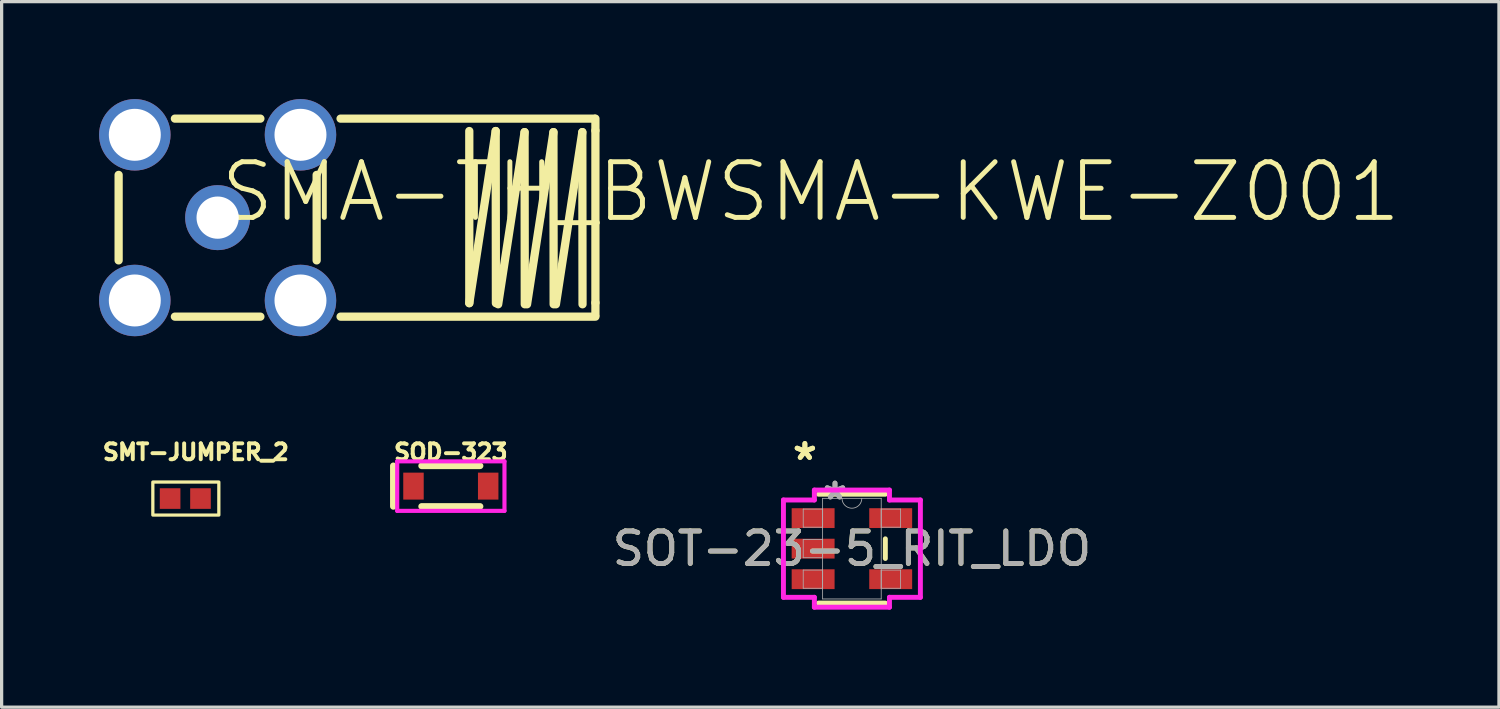
<source format=kicad_pcb>
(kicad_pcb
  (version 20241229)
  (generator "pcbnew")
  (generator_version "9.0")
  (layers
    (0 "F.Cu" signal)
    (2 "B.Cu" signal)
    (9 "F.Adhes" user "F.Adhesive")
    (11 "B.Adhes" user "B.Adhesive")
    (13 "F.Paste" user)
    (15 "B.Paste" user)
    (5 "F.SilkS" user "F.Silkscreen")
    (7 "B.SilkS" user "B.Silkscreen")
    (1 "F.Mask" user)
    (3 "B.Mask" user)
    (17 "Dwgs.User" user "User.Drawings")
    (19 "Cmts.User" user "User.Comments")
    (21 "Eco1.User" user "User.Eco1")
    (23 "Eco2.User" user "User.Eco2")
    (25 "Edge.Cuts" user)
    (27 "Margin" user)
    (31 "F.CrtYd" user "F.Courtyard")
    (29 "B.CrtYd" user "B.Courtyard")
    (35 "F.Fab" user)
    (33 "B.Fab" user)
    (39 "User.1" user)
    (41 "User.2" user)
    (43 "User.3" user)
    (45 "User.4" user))
  (footprint "SMT-JUMPER_2"
    (layer "F.Cu")
    (at 2.657 12.298)
    (property "Reference" "SMT-JUMPER_2" (at 0.322 -1.145 0) (unlocked yes) (layer "F.SilkS") (effects (font (size 0.488 0.488) (thickness 0.122)) (justify bottom)))
    (fp_poly (pts (xy -0.153 -0.419) (xy 0.147 -0.419) (xy 0.147 0.419) (xy -0.153 0.419)) (stroke (width 0) (type default)) (fill yes) (layer "F.Mask"))
    (fp_rect (start -1.002 -0.508) (end 1.03 0.508) (stroke (width 0.1) (type default)) (fill no) (layer "F.SilkS"))
    (pad "1" smd rect (at -0.47 0) (size 0.635 0.635) (layers "F.Cu" "F.Mask"))
    (pad "2" smd rect (at 0.465 0) (size 0.635 0.635) (layers "F.Cu" "F.Mask")))
  (footprint "SMA-TH_BWSMA-KWE-Z001"
    (layer "F.Cu")
    (at 3.65 3.65)
    (property "Reference" "SMA-TH_BWSMA-KWE-Z001" (at 0 0.21 0) (unlocked yes) (layer "F.SilkS") (effects (font (size 1.714 1.714) (thickness 0.152)) (justify left bottom)))
    (fp_line (start -3.048 1.316) (end -3.048 -1.316) (stroke (width 0.254) (type solid)) (layer "F.SilkS"))
    (fp_line (start -1.316 -3.048) (end 1.316 -3.048) (stroke (width 0.254) (type solid)) (layer "F.SilkS"))
    (fp_line (start -1.316 3.048) (end 1.316 3.048) (stroke (width 0.254) (type solid)) (layer "F.SilkS"))
    (fp_line (start 3.048 1.316) (end 3.048 -1.316) (stroke (width 0.254) (type solid)) (layer "F.SilkS"))
    (fp_line (start 3.784 -3.048) (end 11.6 -3.048) (stroke (width 0.254) (type solid)) (layer "F.SilkS"))
    (fp_line (start 3.784 3.048) (end 11.63 3.048) (stroke (width 0.254) (type solid)) (layer "F.SilkS"))
    (fp_line (start 7.747 2.633) (end 7.747 -2.667) (stroke (width 0.254) (type solid)) (layer "F.SilkS"))
    (fp_line (start 7.747 2.633) (end 8.56 -2.667) (stroke (width 0.254) (type solid)) (layer "F.SilkS"))
    (fp_line (start 8.56 -2.667) (end 8.566 2.633) (stroke (width 0.254) (type solid)) (layer "F.SilkS"))
    (fp_line (start 8.636 2.667) (end 9.449 -2.633) (stroke (width 0.254) (type solid)) (layer "F.SilkS"))
    (fp_line (start 9.449 -2.633) (end 9.455 2.667) (stroke (width 0.254) (type solid)) (layer "F.SilkS"))
    (fp_line (start 9.525 2.667) (end 10.338 -2.633) (stroke (width 0.254) (type solid)) (layer "F.SilkS"))
    (fp_line (start 10.338 -2.633) (end 10.344 2.667) (stroke (width 0.254) (type solid)) (layer "F.SilkS"))
    (fp_line (start 10.414 2.667) (end 11.227 -2.633) (stroke (width 0.254) (type solid)) (layer "F.SilkS"))
    (fp_line (start 11.227 -2.633) (end 11.233 2.667) (stroke (width 0.254) (type solid)) (layer "F.SilkS"))
    (fp_line (start 11.63 -2.68) (end 11.63 -3.048) (stroke (width 0.254) (type solid)) (layer "F.SilkS"))
    (fp_line (start 11.63 2.62) (end 11.63 -2.68) (stroke (width 0.254) (type solid)) (layer "F.SilkS"))
    (fp_line (start 11.63 3) (end 11.63 2.62) (stroke (width 0.254) (type solid)) (layer "F.SilkS"))
    (fp_line (start -2.941 2.538) (end -2.932 -2.996) (stroke (width 0.051) (type solid)) (layer "Eco1.User"))
    (fp_line (start -2.941 3.017) (end -2.941 2.538) (stroke (width 0.051) (type solid)) (layer "Eco1.User"))
    (fp_line (start -2.941 3.017) (end 11.591 3.017) (stroke (width 0.051) (type solid)) (layer "Eco1.User"))
    (fp_line (start -2.932 -2.996) (end 11.591 -2.996) (stroke (width 0.051) (type solid)) (layer "Eco1.User"))
    (fp_line (start 11.591 3.017) (end 11.591 -2.996) (stroke (width 0.051) (type solid)) (layer "Eco1.User"))
    (fp_poly (pts (xy -3 -3) (xy -2.1 -3) (xy -2.1 -2.1) (xy -3 -2.1)) (stroke (width 0.1) (type default)) (fill no) (layer "Eco1.User"))
    (fp_poly (pts (xy -3 2.1) (xy -2.1 2.1) (xy -2.1 3) (xy -3 3)) (stroke (width 0.1) (type default)) (fill no) (layer "Eco1.User"))
    (fp_poly (pts (xy 2.1 -3) (xy 3 -3) (xy 3 -2.1) (xy 2.1 -2.1)) (stroke (width 0.1) (type default)) (fill no) (layer "Eco1.User"))
    (fp_poly (pts (xy 2.1 2.1) (xy 3 2.1) (xy 3 3) (xy 2.1 3)) (stroke (width 0.1) (type default)) (fill no) (layer "Eco1.User"))
    (fp_poly (pts (arc (start -2.940023 3.016806) (mid -3.00001 2.95804) (end -3.059997 3.016805)) (arc (start -3.059997 3.016804) (mid -3.00001 3.07557) (end -2.940023 3.016805)) (xy -2.94 3.017)) (stroke (width 0.1) (type default)) (fill no) (layer "Eco1.User"))
    (fp_poly (pts (arc (start 0.449921 -0.000133) (mid -0.000072 -0.44608) (end -0.45014 -0.000208)) (arc (start -0.450141 -0.000207) (mid -0.000148 0.44574) (end 0.44992 -0.000132)) (xy 0.45 -0.00013)) (stroke (width 0.1) (type default)) (fill no) (layer "Eco1.User"))
    (fp_poly (pts (xy 3.8 -2.5) (xy 11.5 -2.5) (xy 11.5 -2.3) (xy 3.8 -2.3)) (stroke (width 0.1) (type default)) (fill no) (layer "User.6"))
    (fp_poly (pts (xy 3.8 2.5) (xy 11.5 2.5) (xy 11.5 2.3) (xy 3.8 2.3)) (stroke (width 0.1) (type default)) (fill no) (layer "User.6"))
    (fp_poly (pts (xy 11.5 -2.3) (xy 11.5 2.3) (xy 11.3 2.3) (xy 11.3 -2.3)) (stroke (width 0.1) (type default)) (fill no) (layer "User.6"))
    (pad "1" thru_hole circle (at -2.55 2.55) (size 2.2 2.2) (drill 1.6 (offset 0.00008 0.00018)) (layers "*.Cu" "*.Mask"))
    (pad "2" thru_hole circle (at -2.55 -2.55) (size 2.2 2.2) (drill 1.6 (offset 0.00008 0.00008)) (layers "*.Cu" "*.Mask"))
    (pad "3" thru_hole circle (at 2.55 -2.55) (size 2.2 2.2) (drill 1.6 (offset 0.00018 0.00008)) (layers "*.Cu" "*.Mask"))
    (pad "4" thru_hole circle (at 2.55 2.55) (size 2.2 2.2) (drill 1.6 (offset 0.00018 0.00018)) (layers "*.Cu" "*.Mask"))
    (pad "5" thru_hole circle (at -0.00013 -0.00013) (size 2 2) (drill 1.3) (layers "*.Cu" "*.Mask")))
  (footprint "SOT-23-5_RIT_LDO"
    (layer "F.Cu")
    (at 23.176 13.84)
    (property "Reference" "SOT-23-5_RIT_LDO" (at 0 0 0) (unlocked yes) (layer "F.SilkS") (effects (font (size 1 1) (thickness 0.15))))
    (attr smd)
    (fp_line (start -1.029 1.676) (end 1.029 1.676) (stroke (width 0.152) (type solid)) (layer "F.SilkS"))
    (fp_line (start 1.029 -1.676) (end -1.029 -1.676) (stroke (width 0.152) (type solid)) (layer "F.SilkS"))
    (fp_line (start 1.029 0.302) (end 1.029 -0.302) (stroke (width 0.152) (type solid)) (layer "F.SilkS"))
    (fp_line (start -2.108 -1.498) (end -1.156 -1.498) (stroke (width 0.152) (type solid)) (layer "F.CrtYd"))
    (fp_line (start -2.108 1.498) (end -2.108 -1.498) (stroke (width 0.152) (type solid)) (layer "F.CrtYd"))
    (fp_line (start -2.108 1.498) (end -1.156 1.498) (stroke (width 0.152) (type solid)) (layer "F.CrtYd"))
    (fp_line (start -1.156 -1.803) (end 1.156 -1.803) (stroke (width 0.152) (type solid)) (layer "F.CrtYd"))
    (fp_line (start -1.156 -1.498) (end -1.156 -1.803) (stroke (width 0.152) (type solid)) (layer "F.CrtYd"))
    (fp_line (start -1.156 1.803) (end -1.156 1.498) (stroke (width 0.152) (type solid)) (layer "F.CrtYd"))
    (fp_line (start 1.156 -1.803) (end 1.156 -1.498) (stroke (width 0.152) (type solid)) (layer "F.CrtYd"))
    (fp_line (start 1.156 1.498) (end 1.156 1.803) (stroke (width 0.152) (type solid)) (layer "F.CrtYd"))
    (fp_line (start 1.156 1.803) (end -1.156 1.803) (stroke (width 0.152) (type solid)) (layer "F.CrtYd"))
    (fp_line (start 2.108 -1.498) (end 1.156 -1.498) (stroke (width 0.152) (type solid)) (layer "F.CrtYd"))
    (fp_line (start 2.108 -1.498) (end 2.108 1.498) (stroke (width 0.152) (type solid)) (layer "F.CrtYd"))
    (fp_line (start 2.108 1.498) (end 1.156 1.498) (stroke (width 0.152) (type solid)) (layer "F.CrtYd"))
    (fp_line (start -1.499 -1.219) (end -1.499 -0.66) (stroke (width 0.025) (type solid)) (layer "F.Fab"))
    (fp_line (start -1.499 -0.66) (end -0.902 -0.66) (stroke (width 0.025) (type solid)) (layer "F.Fab"))
    (fp_line (start -1.499 -0.279) (end -1.499 0.279) (stroke (width 0.025) (type solid)) (layer "F.Fab"))
    (fp_line (start -1.499 0.279) (end -0.902 0.279) (stroke (width 0.025) (type solid)) (layer "F.Fab"))
    (fp_line (start -1.499 0.66) (end -1.499 1.219) (stroke (width 0.025) (type solid)) (layer "F.Fab"))
    (fp_line (start -1.499 1.219) (end -0.902 1.219) (stroke (width 0.025) (type solid)) (layer "F.Fab"))
    (fp_line (start -0.902 -1.549) (end -0.902 1.549) (stroke (width 0.025) (type solid)) (layer "F.Fab"))
    (fp_line (start -0.902 -1.219) (end -1.499 -1.219) (stroke (width 0.025) (type solid)) (layer "F.Fab"))
    (fp_line (start -0.902 -0.66) (end -0.902 -1.219) (stroke (width 0.025) (type solid)) (layer "F.Fab"))
    (fp_line (start -0.902 -0.279) (end -1.499 -0.279) (stroke (width 0.025) (type solid)) (layer "F.Fab"))
    (fp_line (start -0.902 0.279) (end -0.902 -0.279) (stroke (width 0.025) (type solid)) (layer "F.Fab"))
    (fp_line (start -0.902 0.66) (end -1.499 0.66) (stroke (width 0.025) (type solid)) (layer "F.Fab"))
    (fp_line (start -0.902 1.219) (end -0.902 0.66) (stroke (width 0.025) (type solid)) (layer "F.Fab"))
    (fp_line (start -0.902 1.549) (end 0.902 1.549) (stroke (width 0.025) (type solid)) (layer "F.Fab"))
    (fp_line (start 0.902 -1.549) (end -0.902 -1.549) (stroke (width 0.025) (type solid)) (layer "F.Fab"))
    (fp_line (start 0.902 -1.219) (end 0.902 -0.66) (stroke (width 0.025) (type solid)) (layer "F.Fab"))
    (fp_line (start 0.902 -0.66) (end 1.499 -0.66) (stroke (width 0.025) (type solid)) (layer "F.Fab"))
    (fp_line (start 0.902 0.66) (end 0.902 1.219) (stroke (width 0.025) (type solid)) (layer "F.Fab"))
    (fp_line (start 0.902 1.219) (end 1.499 1.219) (stroke (width 0.025) (type solid)) (layer "F.Fab"))
    (fp_line (start 0.902 1.549) (end 0.902 -1.549) (stroke (width 0.025) (type solid)) (layer "F.Fab"))
    (fp_line (start 1.499 -1.219) (end 0.902 -1.219) (stroke (width 0.025) (type solid)) (layer "F.Fab"))
    (fp_line (start 1.499 -0.66) (end 1.499 -1.219) (stroke (width 0.025) (type solid)) (layer "F.Fab"))
    (fp_line (start 1.499 0.66) (end 0.902 0.66) (stroke (width 0.025) (type solid)) (layer "F.Fab"))
    (fp_line (start 1.499 1.219) (end 1.499 0.66) (stroke (width 0.025) (type solid)) (layer "F.Fab"))
    (fp_arc (start 0.3048 -1.5494) (mid 0 -1.2446) (end -0.3048 -1.5494) (stroke (width 0.0254) (type solid)) (layer "F.Fab"))
    (fp_text user "*" (at -1.448 -2.692 0) (unlocked yes) (layer "F.SilkS") (effects (font (size 1 1) (thickness 0.15))))
    (fp_text user "*" (at -1.448 -2.692 0) (layer "F.SilkS") (effects (font (size 1 1) (thickness 0.15))))
    (fp_text user "*" (at -0.521 -1.473 0) (layer "F.Fab") (effects (font (size 1 1) (thickness 0.15))))
    (fp_text user "${REFERENCE}" (at 0 0 0) (unlocked yes) (layer "F.Fab") (effects (font (size 1 1) (thickness 0.15))))
    (fp_text user "*" (at -0.521 -1.473 0) (unlocked yes) (layer "F.Fab") (effects (font (size 1 1) (thickness 0.15))))
    (pad "1" smd rect (at -1.194 -0.94) (size 1.321 0.61) (layers "F.Cu" "F.Mask" "F.Paste"))
    (pad "2" smd rect (at -1.194 0) (size 1.321 0.61) (layers "F.Cu" "F.Mask" "F.Paste"))
    (pad "3" smd rect (at -1.194 0.94) (size 1.321 0.61) (layers "F.Cu" "F.Mask" "F.Paste"))
    (pad "4" smd rect (at 1.194 0.94) (size 1.321 0.61) (layers "F.Cu" "F.Mask" "F.Paste"))
    (pad "5" smd rect (at 1.194 -0.94) (size 1.321 0.61) (layers "F.Cu" "F.Mask" "F.Paste")))
  (footprint "SOD-323"
    (layer "F.Cu")
    (at 10.829 11.915)
    (property "Reference" "SOD-323" (at 0 -0.762 0) (unlocked yes) (layer "F.SilkS") (effects (font (size 0.488 0.488) (thickness 0.122)) (justify bottom)))
    (fp_line (start -1.77 -0.625) (end -1.77 0.625) (stroke (width 0.203) (type solid)) (layer "F.SilkS"))
    (fp_line (start -0.9 -0.625) (end 0.9 -0.625) (stroke (width 0.203) (type solid)) (layer "F.SilkS"))
    (fp_line (start -0.9 0.625) (end 0.9 0.625) (stroke (width 0.203) (type solid)) (layer "F.SilkS"))
    (fp_line (start -1.651 -0.762) (end 1.651 -0.762) (stroke (width 0.127) (type solid)) (layer "F.CrtYd"))
    (fp_line (start -1.651 0.762) (end -1.651 -0.762) (stroke (width 0.127) (type solid)) (layer "F.CrtYd"))
    (fp_line (start 1.651 -0.762) (end 1.651 0.762) (stroke (width 0.127) (type solid)) (layer "F.CrtYd"))
    (fp_line (start 1.651 0.762) (end -1.651 0.762) (stroke (width 0.127) (type solid)) (layer "F.CrtYd"))
    (pad "A" smd rect (at 1.15 0) (size 0.63 0.83) (layers "F.Cu" "F.Mask" "F.Paste"))
    (pad "C" smd rect (at -1.15 0) (size 0.63 0.83) (layers "F.Cu" "F.Mask" "F.Paste")))
  (gr_rect
    (start -3 -3)
    (end 43.095 18.72)
    (stroke (width 0.1) (type default))
    (fill no)
    (layer "Edge.Cuts")))
</source>
